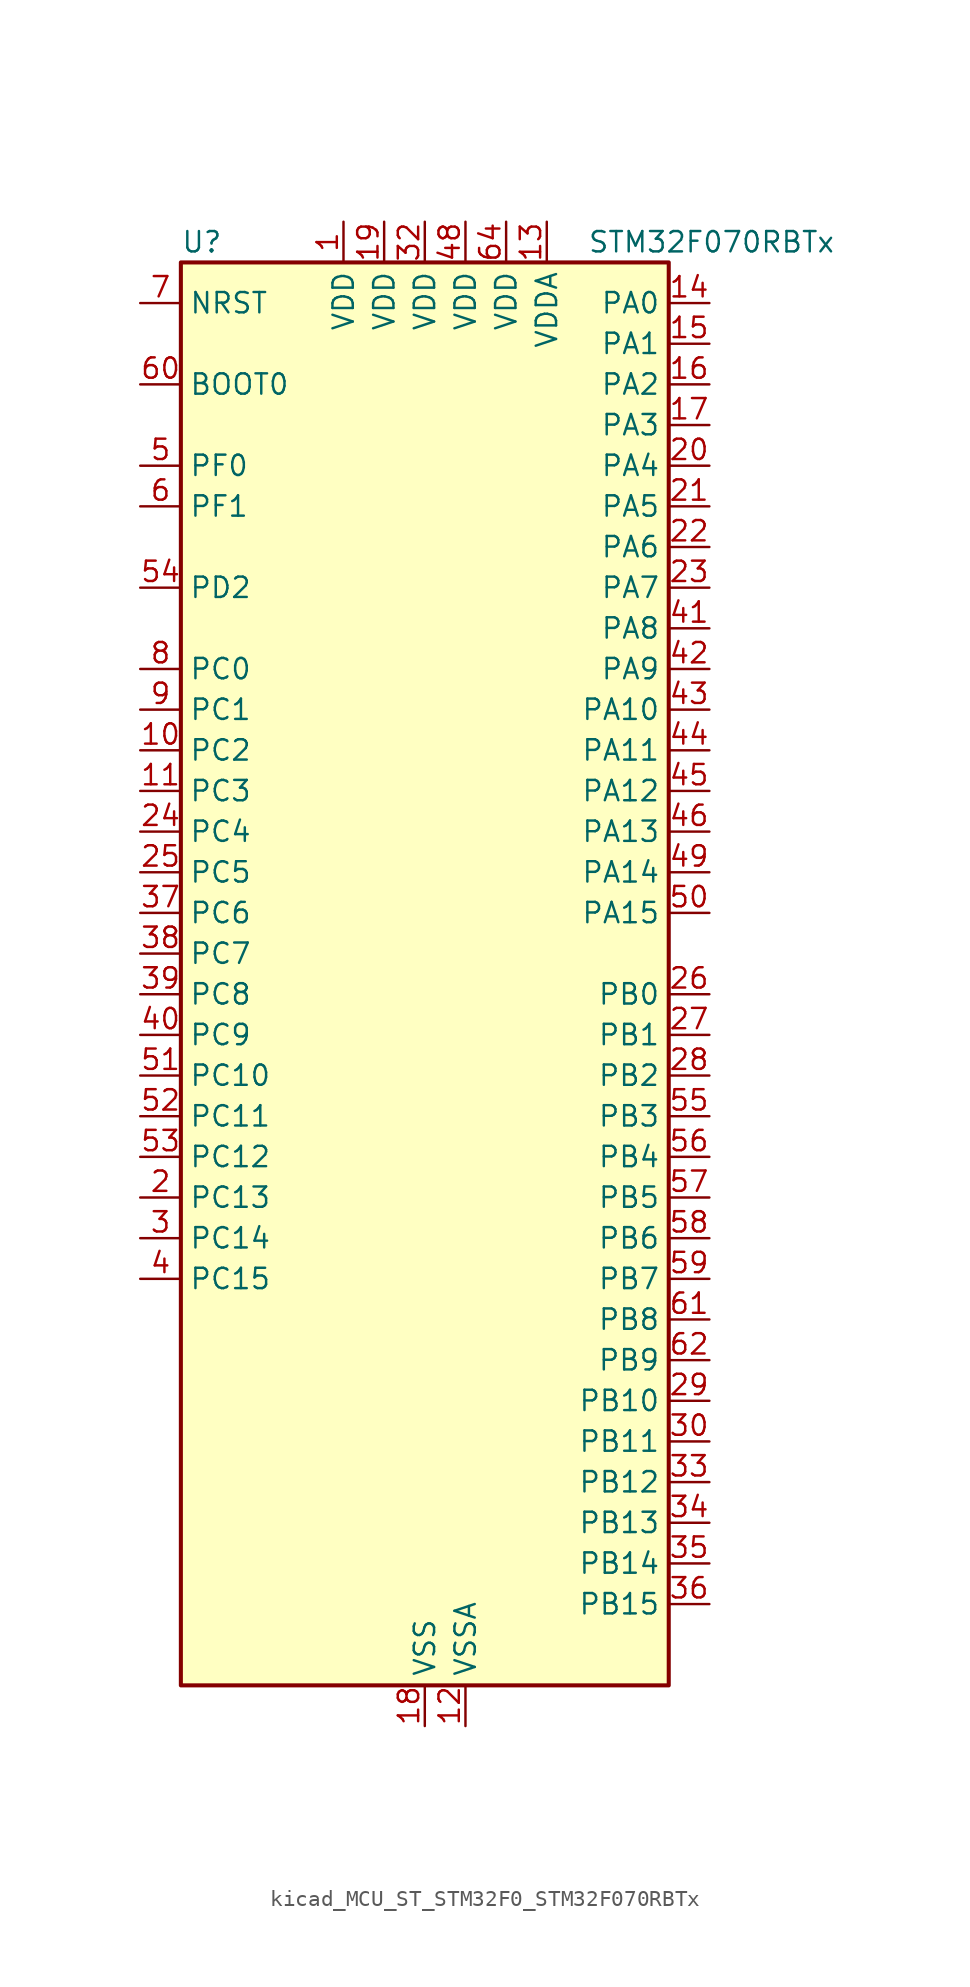
<source format=kicad_sym>
(kicad_symbol_lib
  (version 20220914)
  (generator kicad_symbol_editor)
  (symbol "kicad_MCU_ST_STM32F0_STM32F070RBTx"
    (property "Reference" "U"
      (at -15.24 46.99 0)
      (effects (font (size 1.27 1.27)) (justify left)))
    (property "Value" "STM32F070RBTx"
      (at 10.16 46.99 0)
      (effects (font (size 1.27 1.27)) (justify left)))
    (property "ki_locked" ""
      (at 0 0 0)
      (effects (font (size 1.27 1.27))))
    (symbol "kicad_MCU_ST_STM32F0_STM32F070RBTx_0_1"
      (rectangle (start -15.24 -43.18) (end 15.24 45.72) (stroke (width 0.254) (type default)) (fill (type background))))
    (symbol "kicad_MCU_ST_STM32F0_STM32F070RBTx_1_1"
      (pin power_in line (at -5.08 48.26 270) (length 2.54) (name "VDD" (effects (font (size 1.27 1.27)))) (number "1" (effects (font (size 1.27 1.27)))))
      (pin bidirectional line (at -17.78 15.24 0) (length 2.54) (name "PC2" (effects (font (size 1.27 1.27)))) (number "10" (effects (font (size 1.27 1.27)))) (alternate "ADC_IN12" bidirectional line) (alternate "SPI2_MISO" bidirectional line))
      (pin bidirectional line (at -17.78 12.7 0) (length 2.54) (name "PC3" (effects (font (size 1.27 1.27)))) (number "11" (effects (font (size 1.27 1.27)))) (alternate "ADC_IN13" bidirectional line) (alternate "SPI2_MOSI" bidirectional line))
      (pin power_in line (at 2.54 -45.72 90) (length 2.54) (name "VSSA" (effects (font (size 1.27 1.27)))) (number "12" (effects (font (size 1.27 1.27)))))
      (pin power_in line (at 7.62 48.26 270) (length 2.54) (name "VDDA" (effects (font (size 1.27 1.27)))) (number "13" (effects (font (size 1.27 1.27)))))
      (pin bidirectional line (at 17.78 43.18 180) (length 2.54) (name "PA0" (effects (font (size 1.27 1.27)))) (number "14" (effects (font (size 1.27 1.27)))) (alternate "ADC_IN0" bidirectional line) (alternate "RTC_TAMP2" bidirectional line) (alternate "SYS_WKUP1" bidirectional line) (alternate "USART2_CTS" bidirectional line) (alternate "USART4_TX" bidirectional line))
      (pin bidirectional line (at 17.78 40.64 180) (length 2.54) (name "PA1" (effects (font (size 1.27 1.27)))) (number "15" (effects (font (size 1.27 1.27)))) (alternate "ADC_IN1" bidirectional line) (alternate "TIM15_CH1N" bidirectional line) (alternate "USART2_DE" bidirectional line) (alternate "USART2_RTS" bidirectional line) (alternate "USART4_RX" bidirectional line))
      (pin bidirectional line (at 17.78 38.1 180) (length 2.54) (name "PA2" (effects (font (size 1.27 1.27)))) (number "16" (effects (font (size 1.27 1.27)))) (alternate "ADC_IN2" bidirectional line) (alternate "SYS_WKUP4" bidirectional line) (alternate "TIM15_CH1" bidirectional line) (alternate "USART2_TX" bidirectional line))
      (pin bidirectional line (at 17.78 35.56 180) (length 2.54) (name "PA3" (effects (font (size 1.27 1.27)))) (number "17" (effects (font (size 1.27 1.27)))) (alternate "ADC_IN3" bidirectional line) (alternate "TIM15_CH2" bidirectional line) (alternate "USART2_RX" bidirectional line))
      (pin power_in line (at 0 -45.72 90) (length 2.54) (name "VSS" (effects (font (size 1.27 1.27)))) (number "18" (effects (font (size 1.27 1.27)))))
      (pin power_in line (at -2.54 48.26 270) (length 2.54) (name "VDD" (effects (font (size 1.27 1.27)))) (number "19" (effects (font (size 1.27 1.27)))))
      (pin bidirectional line (at -17.78 -12.7 0) (length 2.54) (name "PC13" (effects (font (size 1.27 1.27)))) (number "2" (effects (font (size 1.27 1.27)))) (alternate "RTC_OUT_ALARM" bidirectional line) (alternate "RTC_OUT_CALIB" bidirectional line) (alternate "RTC_TAMP1" bidirectional line) (alternate "RTC_TS" bidirectional line) (alternate "SYS_WKUP2" bidirectional line))
      (pin bidirectional line (at 17.78 33.02 180) (length 2.54) (name "PA4" (effects (font (size 1.27 1.27)))) (number "20" (effects (font (size 1.27 1.27)))) (alternate "ADC_IN4" bidirectional line) (alternate "SPI1_NSS" bidirectional line) (alternate "TIM14_CH1" bidirectional line) (alternate "USART2_CK" bidirectional line))
      (pin bidirectional line (at 17.78 30.48 180) (length 2.54) (name "PA5" (effects (font (size 1.27 1.27)))) (number "21" (effects (font (size 1.27 1.27)))) (alternate "ADC_IN5" bidirectional line) (alternate "SPI1_SCK" bidirectional line))
      (pin bidirectional line (at 17.78 27.94 180) (length 2.54) (name "PA6" (effects (font (size 1.27 1.27)))) (number "22" (effects (font (size 1.27 1.27)))) (alternate "ADC_IN6" bidirectional line) (alternate "SPI1_MISO" bidirectional line) (alternate "TIM16_CH1" bidirectional line) (alternate "TIM1_BKIN" bidirectional line) (alternate "TIM3_CH1" bidirectional line) (alternate "USART3_CTS" bidirectional line))
      (pin bidirectional line (at 17.78 25.4 180) (length 2.54) (name "PA7" (effects (font (size 1.27 1.27)))) (number "23" (effects (font (size 1.27 1.27)))) (alternate "ADC_IN7" bidirectional line) (alternate "SPI1_MOSI" bidirectional line) (alternate "TIM14_CH1" bidirectional line) (alternate "TIM17_CH1" bidirectional line) (alternate "TIM1_CH1N" bidirectional line) (alternate "TIM3_CH2" bidirectional line))
      (pin bidirectional line (at -17.78 10.16 0) (length 2.54) (name "PC4" (effects (font (size 1.27 1.27)))) (number "24" (effects (font (size 1.27 1.27)))) (alternate "ADC_IN14" bidirectional line) (alternate "USART3_TX" bidirectional line))
      (pin bidirectional line (at -17.78 7.62 0) (length 2.54) (name "PC5" (effects (font (size 1.27 1.27)))) (number "25" (effects (font (size 1.27 1.27)))) (alternate "ADC_IN15" bidirectional line) (alternate "SYS_WKUP5" bidirectional line) (alternate "USART3_RX" bidirectional line))
      (pin bidirectional line (at 17.78 0 180) (length 2.54) (name "PB0" (effects (font (size 1.27 1.27)))) (number "26" (effects (font (size 1.27 1.27)))) (alternate "ADC_IN8" bidirectional line) (alternate "TIM1_CH2N" bidirectional line) (alternate "TIM3_CH3" bidirectional line) (alternate "USART3_CK" bidirectional line))
      (pin bidirectional line (at 17.78 -2.54 180) (length 2.54) (name "PB1" (effects (font (size 1.27 1.27)))) (number "27" (effects (font (size 1.27 1.27)))) (alternate "ADC_IN9" bidirectional line) (alternate "TIM14_CH1" bidirectional line) (alternate "TIM1_CH3N" bidirectional line) (alternate "TIM3_CH4" bidirectional line) (alternate "USART3_DE" bidirectional line) (alternate "USART3_RTS" bidirectional line))
      (pin bidirectional line (at 17.78 -5.08 180) (length 2.54) (name "PB2" (effects (font (size 1.27 1.27)))) (number "28" (effects (font (size 1.27 1.27)))))
      (pin bidirectional line (at 17.78 -25.4 180) (length 2.54) (name "PB10" (effects (font (size 1.27 1.27)))) (number "29" (effects (font (size 1.27 1.27)))) (alternate "I2C2_SCL" bidirectional line) (alternate "SPI2_SCK" bidirectional line) (alternate "USART3_TX" bidirectional line))
      (pin bidirectional line (at -17.78 -15.24 0) (length 2.54) (name "PC14" (effects (font (size 1.27 1.27)))) (number "3" (effects (font (size 1.27 1.27)))) (alternate "RCC_OSC32_IN" bidirectional line))
      (pin bidirectional line (at 17.78 -27.94 180) (length 2.54) (name "PB11" (effects (font (size 1.27 1.27)))) (number "30" (effects (font (size 1.27 1.27)))) (alternate "I2C2_SDA" bidirectional line) (alternate "USART3_RX" bidirectional line))
      (pin passive line (at 0 -45.72 90) (length 2.54) hide (name "VSS" (effects (font (size 1.27 1.27)))) (number "31" (effects (font (size 1.27 1.27)))))
      (pin power_in line (at 0 48.26 270) (length 2.54) (name "VDD" (effects (font (size 1.27 1.27)))) (number "32" (effects (font (size 1.27 1.27)))))
      (pin bidirectional line (at 17.78 -30.48 180) (length 2.54) (name "PB12" (effects (font (size 1.27 1.27)))) (number "33" (effects (font (size 1.27 1.27)))) (alternate "SPI2_NSS" bidirectional line) (alternate "TIM15_BKIN" bidirectional line) (alternate "TIM1_BKIN" bidirectional line) (alternate "USART3_CK" bidirectional line))
      (pin bidirectional line (at 17.78 -33.02 180) (length 2.54) (name "PB13" (effects (font (size 1.27 1.27)))) (number "34" (effects (font (size 1.27 1.27)))) (alternate "I2C2_SCL" bidirectional line) (alternate "SPI2_SCK" bidirectional line) (alternate "TIM1_CH1N" bidirectional line) (alternate "USART3_CTS" bidirectional line))
      (pin bidirectional line (at 17.78 -35.56 180) (length 2.54) (name "PB14" (effects (font (size 1.27 1.27)))) (number "35" (effects (font (size 1.27 1.27)))) (alternate "I2C2_SDA" bidirectional line) (alternate "SPI2_MISO" bidirectional line) (alternate "TIM15_CH1" bidirectional line) (alternate "TIM1_CH2N" bidirectional line) (alternate "USART3_DE" bidirectional line) (alternate "USART3_RTS" bidirectional line))
      (pin bidirectional line (at 17.78 -38.1 180) (length 2.54) (name "PB15" (effects (font (size 1.27 1.27)))) (number "36" (effects (font (size 1.27 1.27)))) (alternate "RTC_REFIN" bidirectional line) (alternate "SPI2_MOSI" bidirectional line) (alternate "SYS_WKUP7" bidirectional line) (alternate "TIM15_CH1N" bidirectional line) (alternate "TIM15_CH2" bidirectional line) (alternate "TIM1_CH3N" bidirectional line))
      (pin bidirectional line (at -17.78 5.08 0) (length 2.54) (name "PC6" (effects (font (size 1.27 1.27)))) (number "37" (effects (font (size 1.27 1.27)))) (alternate "TIM3_CH1" bidirectional line))
      (pin bidirectional line (at -17.78 2.54 0) (length 2.54) (name "PC7" (effects (font (size 1.27 1.27)))) (number "38" (effects (font (size 1.27 1.27)))) (alternate "TIM3_CH2" bidirectional line))
      (pin bidirectional line (at -17.78 0 0) (length 2.54) (name "PC8" (effects (font (size 1.27 1.27)))) (number "39" (effects (font (size 1.27 1.27)))) (alternate "TIM3_CH3" bidirectional line))
      (pin bidirectional line (at -17.78 -17.78 0) (length 2.54) (name "PC15" (effects (font (size 1.27 1.27)))) (number "4" (effects (font (size 1.27 1.27)))) (alternate "RCC_OSC32_OUT" bidirectional line))
      (pin bidirectional line (at -17.78 -2.54 0) (length 2.54) (name "PC9" (effects (font (size 1.27 1.27)))) (number "40" (effects (font (size 1.27 1.27)))) (alternate "TIM3_CH4" bidirectional line))
      (pin bidirectional line (at 17.78 22.86 180) (length 2.54) (name "PA8" (effects (font (size 1.27 1.27)))) (number "41" (effects (font (size 1.27 1.27)))) (alternate "RCC_MCO" bidirectional line) (alternate "TIM1_CH1" bidirectional line) (alternate "USART1_CK" bidirectional line))
      (pin bidirectional line (at 17.78 20.32 180) (length 2.54) (name "PA9" (effects (font (size 1.27 1.27)))) (number "42" (effects (font (size 1.27 1.27)))) (alternate "TIM15_BKIN" bidirectional line) (alternate "TIM1_CH2" bidirectional line) (alternate "USART1_TX" bidirectional line))
      (pin bidirectional line (at 17.78 17.78 180) (length 2.54) (name "PA10" (effects (font (size 1.27 1.27)))) (number "43" (effects (font (size 1.27 1.27)))) (alternate "TIM17_BKIN" bidirectional line) (alternate "TIM1_CH3" bidirectional line) (alternate "USART1_RX" bidirectional line))
      (pin bidirectional line (at 17.78 15.24 180) (length 2.54) (name "PA11" (effects (font (size 1.27 1.27)))) (number "44" (effects (font (size 1.27 1.27)))) (alternate "TIM1_CH4" bidirectional line) (alternate "USART1_CTS" bidirectional line) (alternate "USB_DM" bidirectional line))
      (pin bidirectional line (at 17.78 12.7 180) (length 2.54) (name "PA12" (effects (font (size 1.27 1.27)))) (number "45" (effects (font (size 1.27 1.27)))) (alternate "TIM1_ETR" bidirectional line) (alternate "USART1_DE" bidirectional line) (alternate "USART1_RTS" bidirectional line) (alternate "USB_DP" bidirectional line))
      (pin bidirectional line (at 17.78 10.16 180) (length 2.54) (name "PA13" (effects (font (size 1.27 1.27)))) (number "46" (effects (font (size 1.27 1.27)))) (alternate "IR_OUT" bidirectional line) (alternate "SYS_SWDIO" bidirectional line) (alternate "USB_NOE" bidirectional line))
      (pin passive line (at 0 -45.72 90) (length 2.54) hide (name "VSS" (effects (font (size 1.27 1.27)))) (number "47" (effects (font (size 1.27 1.27)))))
      (pin power_in line (at 2.54 48.26 270) (length 2.54) (name "VDD" (effects (font (size 1.27 1.27)))) (number "48" (effects (font (size 1.27 1.27)))))
      (pin bidirectional line (at 17.78 7.62 180) (length 2.54) (name "PA14" (effects (font (size 1.27 1.27)))) (number "49" (effects (font (size 1.27 1.27)))) (alternate "SYS_SWCLK" bidirectional line) (alternate "USART2_TX" bidirectional line))
      (pin bidirectional line (at -17.78 33.02 0) (length 2.54) (name "PF0" (effects (font (size 1.27 1.27)))) (number "5" (effects (font (size 1.27 1.27)))) (alternate "RCC_OSC_IN" bidirectional line))
      (pin bidirectional line (at 17.78 5.08 180) (length 2.54) (name "PA15" (effects (font (size 1.27 1.27)))) (number "50" (effects (font (size 1.27 1.27)))) (alternate "SPI1_NSS" bidirectional line) (alternate "USART2_RX" bidirectional line) (alternate "USART4_DE" bidirectional line) (alternate "USART4_RTS" bidirectional line))
      (pin bidirectional line (at -17.78 -5.08 0) (length 2.54) (name "PC10" (effects (font (size 1.27 1.27)))) (number "51" (effects (font (size 1.27 1.27)))) (alternate "USART3_TX" bidirectional line) (alternate "USART4_TX" bidirectional line))
      (pin bidirectional line (at -17.78 -7.62 0) (length 2.54) (name "PC11" (effects (font (size 1.27 1.27)))) (number "52" (effects (font (size 1.27 1.27)))) (alternate "USART3_RX" bidirectional line) (alternate "USART4_RX" bidirectional line))
      (pin bidirectional line (at -17.78 -10.16 0) (length 2.54) (name "PC12" (effects (font (size 1.27 1.27)))) (number "53" (effects (font (size 1.27 1.27)))) (alternate "USART3_CK" bidirectional line) (alternate "USART4_CK" bidirectional line))
      (pin bidirectional line (at -17.78 25.4 0) (length 2.54) (name "PD2" (effects (font (size 1.27 1.27)))) (number "54" (effects (font (size 1.27 1.27)))) (alternate "TIM3_ETR" bidirectional line) (alternate "USART3_DE" bidirectional line) (alternate "USART3_RTS" bidirectional line))
      (pin bidirectional line (at 17.78 -7.62 180) (length 2.54) (name "PB3" (effects (font (size 1.27 1.27)))) (number "55" (effects (font (size 1.27 1.27)))) (alternate "SPI1_SCK" bidirectional line))
      (pin bidirectional line (at 17.78 -10.16 180) (length 2.54) (name "PB4" (effects (font (size 1.27 1.27)))) (number "56" (effects (font (size 1.27 1.27)))) (alternate "SPI1_MISO" bidirectional line) (alternate "TIM17_BKIN" bidirectional line) (alternate "TIM3_CH1" bidirectional line))
      (pin bidirectional line (at 17.78 -12.7 180) (length 2.54) (name "PB5" (effects (font (size 1.27 1.27)))) (number "57" (effects (font (size 1.27 1.27)))) (alternate "I2C1_SMBA" bidirectional line) (alternate "SPI1_MOSI" bidirectional line) (alternate "SYS_WKUP6" bidirectional line) (alternate "TIM16_BKIN" bidirectional line) (alternate "TIM3_CH2" bidirectional line))
      (pin bidirectional line (at 17.78 -15.24 180) (length 2.54) (name "PB6" (effects (font (size 1.27 1.27)))) (number "58" (effects (font (size 1.27 1.27)))) (alternate "I2C1_SCL" bidirectional line) (alternate "TIM16_CH1N" bidirectional line) (alternate "USART1_TX" bidirectional line))
      (pin bidirectional line (at 17.78 -17.78 180) (length 2.54) (name "PB7" (effects (font (size 1.27 1.27)))) (number "59" (effects (font (size 1.27 1.27)))) (alternate "I2C1_SDA" bidirectional line) (alternate "TIM17_CH1N" bidirectional line) (alternate "USART1_RX" bidirectional line) (alternate "USART4_CTS" bidirectional line))
      (pin bidirectional line (at -17.78 30.48 0) (length 2.54) (name "PF1" (effects (font (size 1.27 1.27)))) (number "6" (effects (font (size 1.27 1.27)))) (alternate "RCC_OSC_OUT" bidirectional line))
      (pin input line (at -17.78 38.1 0) (length 2.54) (name "BOOT0" (effects (font (size 1.27 1.27)))) (number "60" (effects (font (size 1.27 1.27)))))
      (pin bidirectional line (at 17.78 -20.32 180) (length 2.54) (name "PB8" (effects (font (size 1.27 1.27)))) (number "61" (effects (font (size 1.27 1.27)))) (alternate "I2C1_SCL" bidirectional line) (alternate "TIM16_CH1" bidirectional line))
      (pin bidirectional line (at 17.78 -22.86 180) (length 2.54) (name "PB9" (effects (font (size 1.27 1.27)))) (number "62" (effects (font (size 1.27 1.27)))) (alternate "I2C1_SDA" bidirectional line) (alternate "IR_OUT" bidirectional line) (alternate "SPI2_NSS" bidirectional line) (alternate "TIM17_CH1" bidirectional line))
      (pin passive line (at 0 -45.72 90) (length 2.54) hide (name "VSS" (effects (font (size 1.27 1.27)))) (number "63" (effects (font (size 1.27 1.27)))))
      (pin power_in line (at 5.08 48.26 270) (length 2.54) (name "VDD" (effects (font (size 1.27 1.27)))) (number "64" (effects (font (size 1.27 1.27)))))
      (pin input line (at -17.78 43.18 0) (length 2.54) (name "NRST" (effects (font (size 1.27 1.27)))) (number "7" (effects (font (size 1.27 1.27)))))
      (pin bidirectional line (at -17.78 20.32 0) (length 2.54) (name "PC0" (effects (font (size 1.27 1.27)))) (number "8" (effects (font (size 1.27 1.27)))) (alternate "ADC_IN10" bidirectional line))
      (pin bidirectional line (at -17.78 17.78 0) (length 2.54) (name "PC1" (effects (font (size 1.27 1.27)))) (number "9" (effects (font (size 1.27 1.27)))) (alternate "ADC_IN11" bidirectional line)))))
</source>
